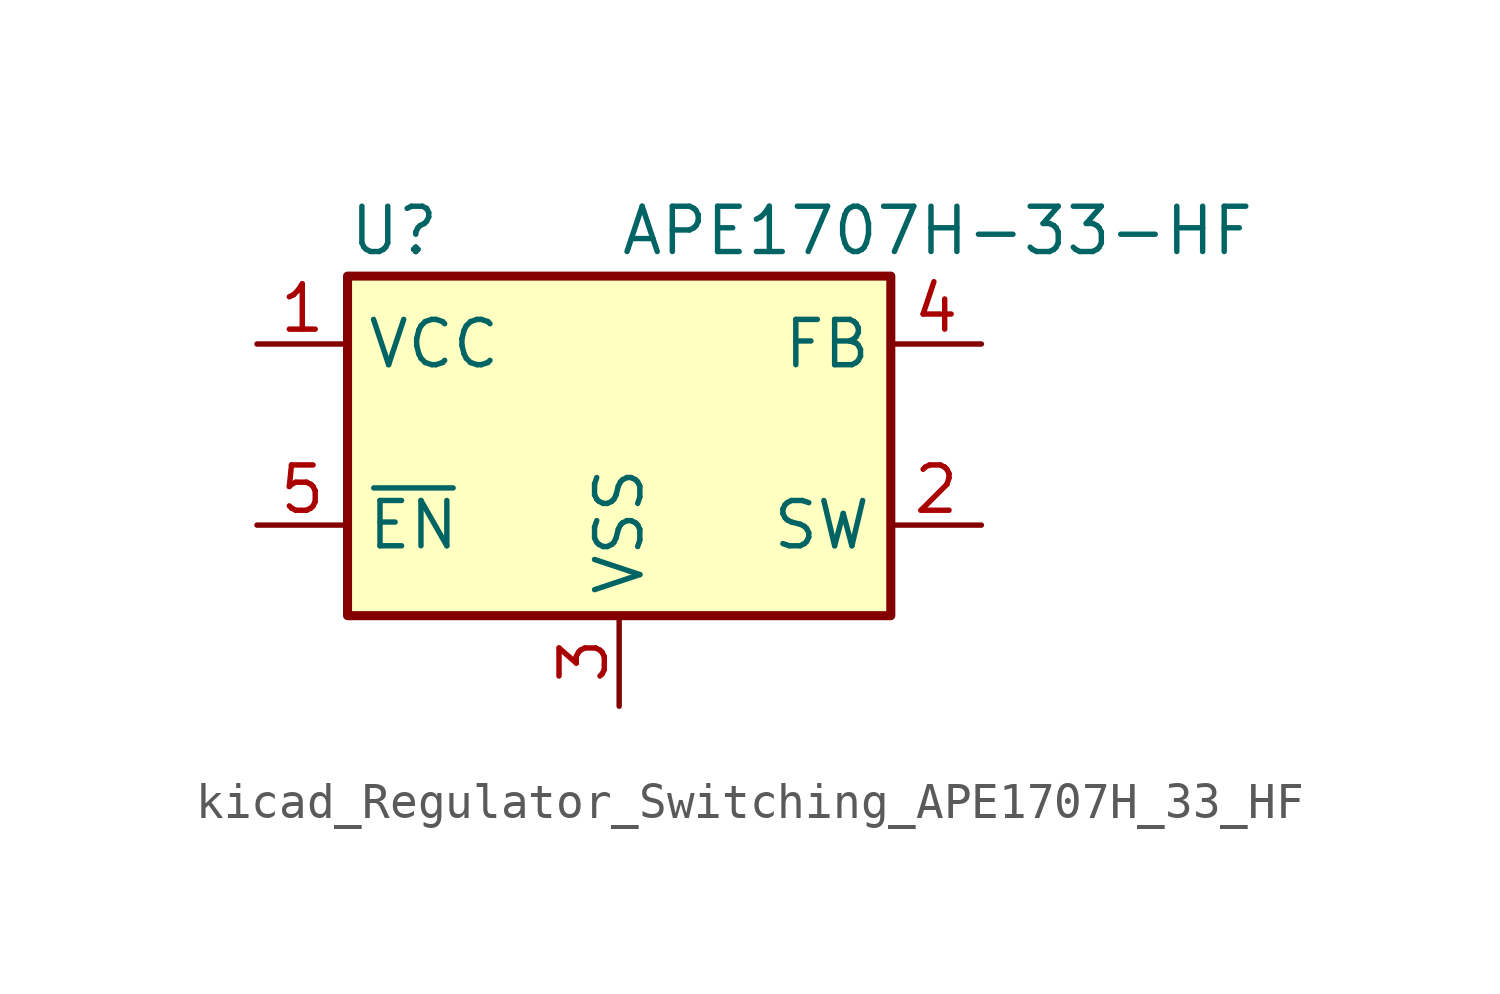
<source format=kicad_sym>
(kicad_symbol_lib
  (version 20220914)
  (generator kicad_symbol_editor)
  (symbol "kicad_Regulator_Switching_APE1707H_33_HF"
    (property "Reference" "U"
      (at -7.62 5.715 0)
      (effects (font (size 1.27 1.27)) (justify left)))
    (property "Value" "APE1707H-33-HF"
      (at 0 5.715 0)
      (effects (font (size 1.27 1.27)) (justify left)))
    (symbol "kicad_Regulator_Switching_APE1707H_33_HF_0_1"
      (rectangle (start -7.62 4.445) (end 7.62 -5.08) (stroke (width 0.254) (type default)) (fill (type background))))
    (symbol "kicad_Regulator_Switching_APE1707H_33_HF_1_1"
      (pin power_in line (at -10.16 2.54 0) (length 2.54) (name "VCC" (effects (font (size 1.27 1.27)))) (number "1" (effects (font (size 1.27 1.27)))))
      (pin output line (at 10.16 -2.54 180) (length 2.54) (name "SW" (effects (font (size 1.27 1.27)))) (number "2" (effects (font (size 1.27 1.27)))))
      (pin power_in line (at 0 -7.62 90) (length 2.54) (name "VSS" (effects (font (size 1.27 1.27)))) (number "3" (effects (font (size 1.27 1.27)))))
      (pin input line (at 10.16 2.54 180) (length 2.54) (name "FB" (effects (font (size 1.27 1.27)))) (number "4" (effects (font (size 1.27 1.27)))))
      (pin input line (at -10.16 -2.54 0) (length 2.54) (name "~{EN}" (effects (font (size 1.27 1.27)))) (number "5" (effects (font (size 1.27 1.27))))))))
</source>
